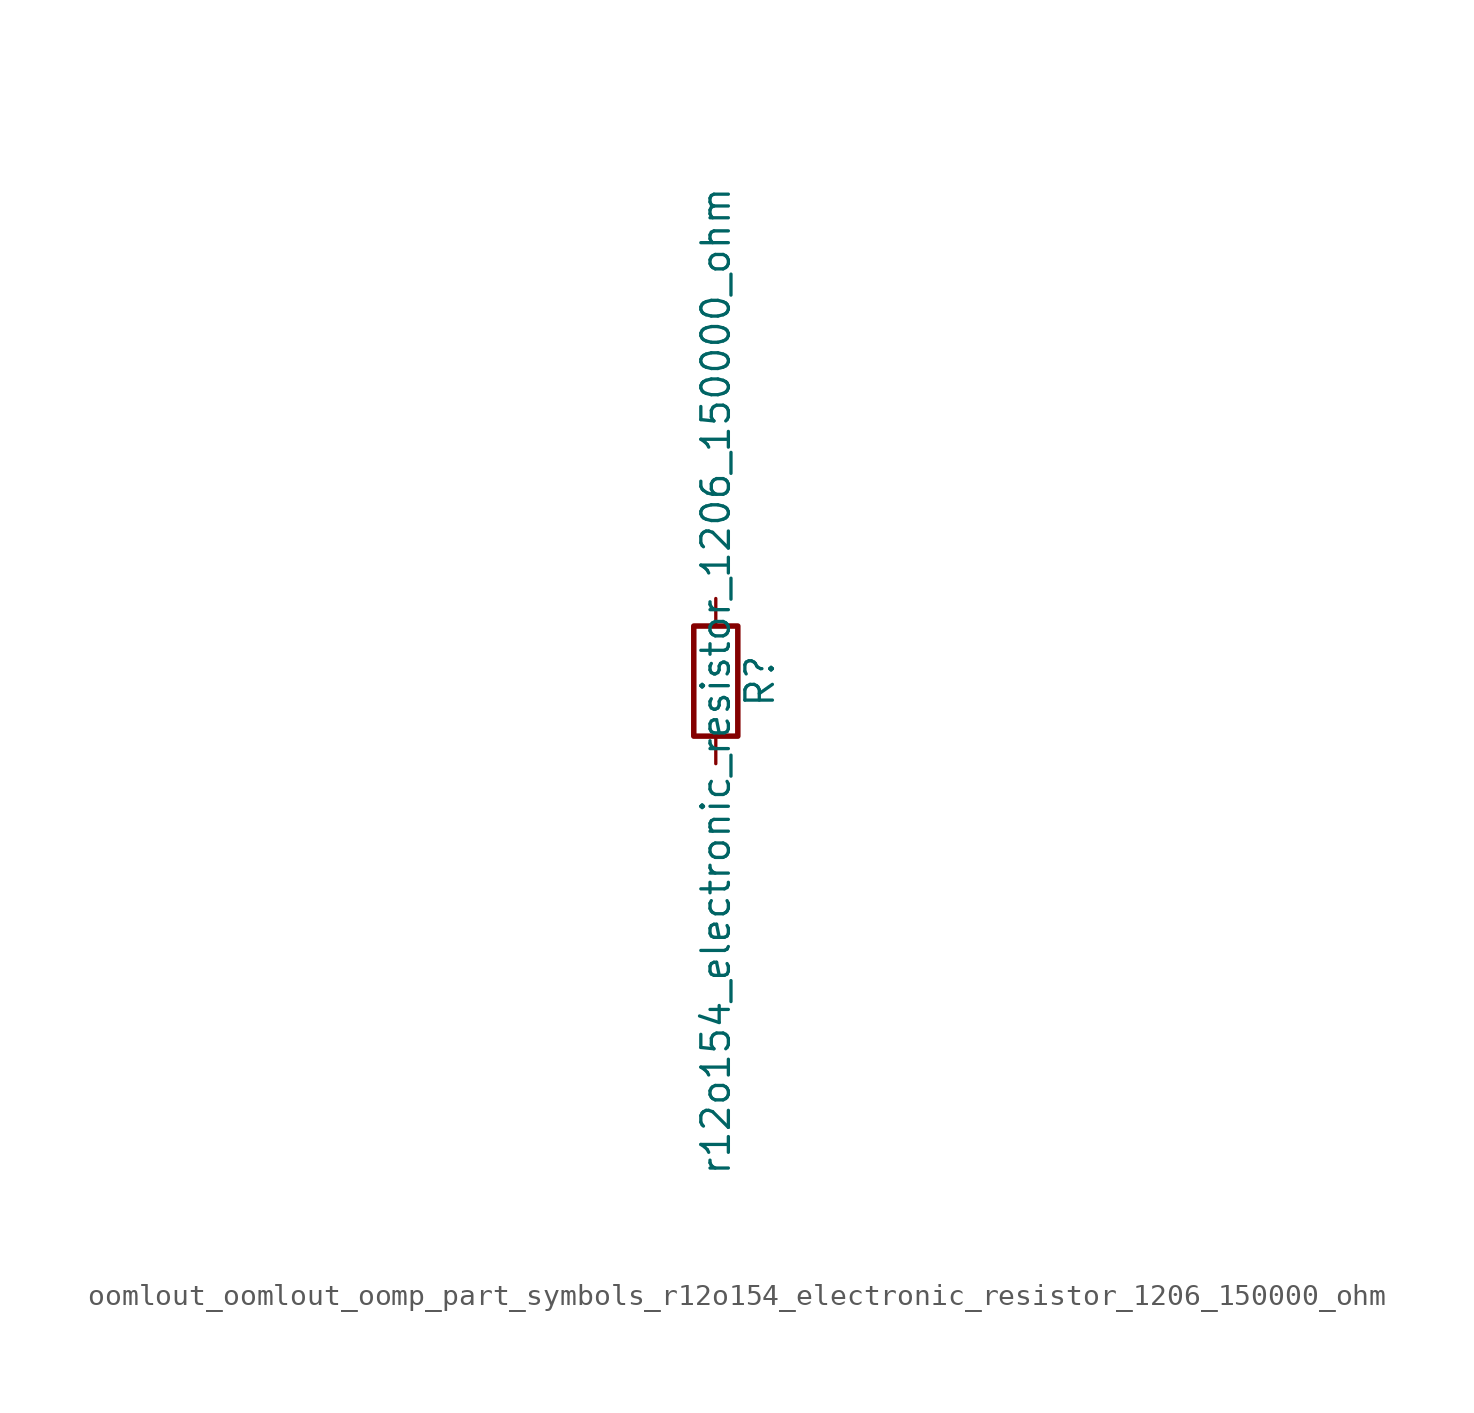
<source format=kicad_sym>
(kicad_symbol_lib
  (version 20220914)
  (generator kicad_symbol_editor)
  (symbol "oomlout_oomlout_oomp_part_symbols_r12o154_electronic_resistor_1206_150000_ohm"
    (pin_numbers hide)
    (pin_names
      (offset 0))
    (property "Reference" "R"
      (at 2.032 0 90)
      (effects (font (size 1.27 1.27))))
    (property "Value" "r12o154_electronic_resistor_1206_150000_ohm"
      (at 0 0 90)
      (effects (font (size 1.27 1.27))))
    (symbol "oomlout_oomlout_oomp_part_symbols_r12o154_electronic_resistor_1206_150000_ohm_0_1"
      (rectangle (start -1.016 -2.54) (end 1.016 2.54) (stroke (width 0.254) (type default)) (fill (type none))))
    (symbol "oomlout_oomlout_oomp_part_symbols_r12o154_electronic_resistor_1206_150000_ohm_1_1"
      (pin passive line (at 0 3.81 270) (length 1.27) (name "~" (effects (font (size 1.27 1.27)))) (number "1" (effects (font (size 1.27 1.27)))))
      (pin passive line (at 0 -3.81 90) (length 1.27) (name "~" (effects (font (size 1.27 1.27)))) (number "2" (effects (font (size 1.27 1.27))))))))
</source>
